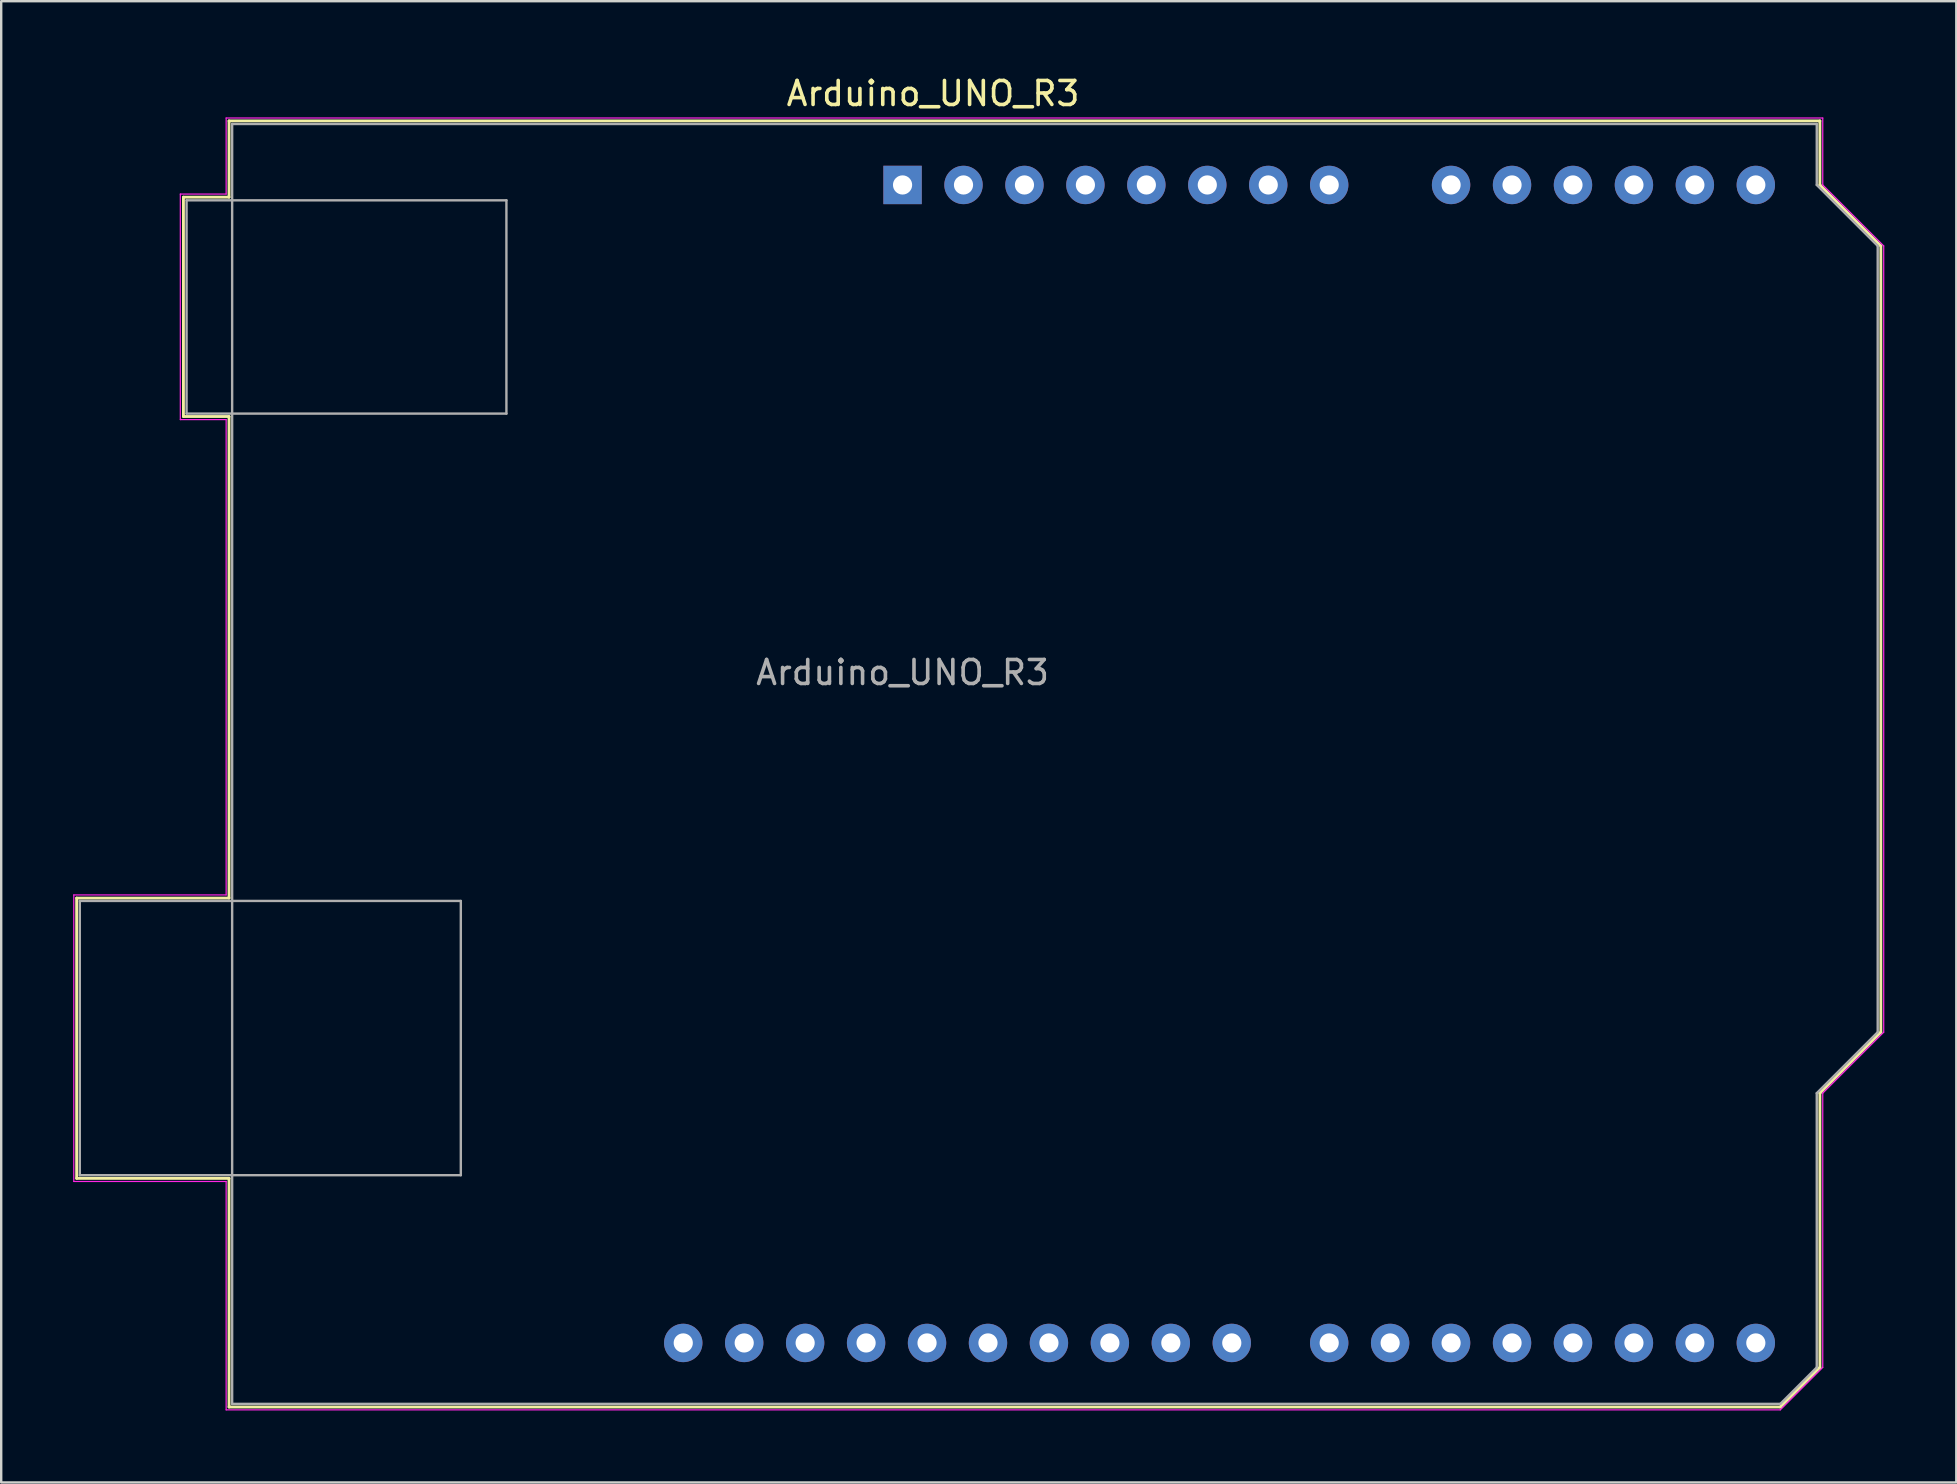
<source format=kicad_pcb>
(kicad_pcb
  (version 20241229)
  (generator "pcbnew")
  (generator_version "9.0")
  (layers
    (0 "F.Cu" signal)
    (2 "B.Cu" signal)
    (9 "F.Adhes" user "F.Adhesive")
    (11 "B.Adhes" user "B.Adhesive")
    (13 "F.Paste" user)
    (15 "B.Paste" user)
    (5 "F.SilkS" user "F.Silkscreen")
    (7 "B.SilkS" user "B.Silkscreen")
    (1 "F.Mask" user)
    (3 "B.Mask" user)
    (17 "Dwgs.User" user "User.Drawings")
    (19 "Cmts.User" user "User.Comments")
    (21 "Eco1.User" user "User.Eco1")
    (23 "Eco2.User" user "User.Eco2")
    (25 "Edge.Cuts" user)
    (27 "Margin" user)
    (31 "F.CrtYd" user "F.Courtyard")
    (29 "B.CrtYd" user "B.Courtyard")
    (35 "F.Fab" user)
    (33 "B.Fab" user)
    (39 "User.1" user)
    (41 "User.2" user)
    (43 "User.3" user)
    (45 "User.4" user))
  (footprint "Arduino_UNO_R3"
    (layer "F.Cu")
    (at 34.565 4.658)
    (property "Reference" "Arduino_UNO_R3" (at 1.27 -3.81 180) (layer "F.SilkS") (effects (font (size 1 1) (thickness 0.15))))
    (attr through_hole)
    (fp_line (start -34.42 29.72) (end -34.42 41.4) (stroke (width 0.12) (type solid)) (layer "F.SilkS"))
    (fp_line (start -34.42 41.4) (end -28.07 41.4) (stroke (width 0.12) (type solid)) (layer "F.SilkS"))
    (fp_line (start -29.97 0.51) (end -29.97 9.65) (stroke (width 0.12) (type solid)) (layer "F.SilkS"))
    (fp_line (start -29.97 9.65) (end -28.07 9.65) (stroke (width 0.12) (type solid)) (layer "F.SilkS"))
    (fp_line (start -28.07 -2.67) (end -28.07 0.51) (stroke (width 0.12) (type solid)) (layer "F.SilkS"))
    (fp_line (start -28.07 0.51) (end -29.97 0.51) (stroke (width 0.12) (type solid)) (layer "F.SilkS"))
    (fp_line (start -28.07 9.65) (end -28.07 29.72) (stroke (width 0.12) (type solid)) (layer "F.SilkS"))
    (fp_line (start -28.07 29.72) (end -34.42 29.72) (stroke (width 0.12) (type solid)) (layer "F.SilkS"))
    (fp_line (start -28.07 41.4) (end -28.07 50.93) (stroke (width 0.12) (type solid)) (layer "F.SilkS"))
    (fp_line (start -28.07 50.93) (end 36.58 50.93) (stroke (width 0.12) (type solid)) (layer "F.SilkS"))
    (fp_line (start 36.58 50.93) (end 38.23 49.28) (stroke (width 0.12) (type solid)) (layer "F.SilkS"))
    (fp_line (start 38.23 -2.67) (end -28.07 -2.67) (stroke (width 0.12) (type solid)) (layer "F.SilkS"))
    (fp_line (start 38.23 0) (end 38.23 -2.67) (stroke (width 0.12) (type solid)) (layer "F.SilkS"))
    (fp_line (start 38.23 37.85) (end 40.77 35.31) (stroke (width 0.12) (type solid)) (layer "F.SilkS"))
    (fp_line (start 38.23 49.28) (end 38.23 37.85) (stroke (width 0.12) (type solid)) (layer "F.SilkS"))
    (fp_line (start 40.77 2.54) (end 38.23 0) (stroke (width 0.12) (type solid)) (layer "F.SilkS"))
    (fp_line (start 40.77 35.31) (end 40.77 2.54) (stroke (width 0.12) (type solid)) (layer "F.SilkS"))
    (fp_line (start -34.54 29.59) (end -28.19 29.59) (stroke (width 0.05) (type solid)) (layer "F.CrtYd"))
    (fp_line (start -34.54 41.53) (end -34.54 29.59) (stroke (width 0.05) (type solid)) (layer "F.CrtYd"))
    (fp_line (start -30.1 0.38) (end -28.19 0.38) (stroke (width 0.05) (type solid)) (layer "F.CrtYd"))
    (fp_line (start -30.1 9.78) (end -30.1 0.38) (stroke (width 0.05) (type solid)) (layer "F.CrtYd"))
    (fp_line (start -28.19 -2.79) (end 38.35 -2.79) (stroke (width 0.05) (type solid)) (layer "F.CrtYd"))
    (fp_line (start -28.19 0.38) (end -28.19 -2.79) (stroke (width 0.05) (type solid)) (layer "F.CrtYd"))
    (fp_line (start -28.19 9.78) (end -30.1 9.78) (stroke (width 0.05) (type solid)) (layer "F.CrtYd"))
    (fp_line (start -28.19 29.59) (end -28.19 9.78) (stroke (width 0.05) (type solid)) (layer "F.CrtYd"))
    (fp_line (start -28.19 41.53) (end -34.54 41.53) (stroke (width 0.05) (type solid)) (layer "F.CrtYd"))
    (fp_line (start -28.19 51.05) (end -28.19 41.53) (stroke (width 0.05) (type solid)) (layer "F.CrtYd"))
    (fp_line (start 36.58 51.05) (end -28.19 51.05) (stroke (width 0.05) (type solid)) (layer "F.CrtYd"))
    (fp_line (start 38.35 -2.79) (end 38.35 0) (stroke (width 0.05) (type solid)) (layer "F.CrtYd"))
    (fp_line (start 38.35 0) (end 40.89 2.54) (stroke (width 0.05) (type solid)) (layer "F.CrtYd"))
    (fp_line (start 38.35 37.85) (end 38.35 49.28) (stroke (width 0.05) (type solid)) (layer "F.CrtYd"))
    (fp_line (start 38.35 49.28) (end 36.58 51.05) (stroke (width 0.05) (type solid)) (layer "F.CrtYd"))
    (fp_line (start 40.89 2.54) (end 40.89 35.31) (stroke (width 0.05) (type solid)) (layer "F.CrtYd"))
    (fp_line (start 40.89 35.31) (end 38.35 37.85) (stroke (width 0.05) (type solid)) (layer "F.CrtYd"))
    (fp_line (start -34.29 29.84) (end -18.41 29.84) (stroke (width 0.1) (type solid)) (layer "F.Fab"))
    (fp_line (start -34.29 41.27) (end -34.29 29.84) (stroke (width 0.1) (type solid)) (layer "F.Fab"))
    (fp_line (start -29.84 0.64) (end -16.51 0.64) (stroke (width 0.1) (type solid)) (layer "F.Fab"))
    (fp_line (start -29.84 9.53) (end -29.84 0.64) (stroke (width 0.1) (type solid)) (layer "F.Fab"))
    (fp_line (start -27.94 -2.54) (end 38.1 -2.54) (stroke (width 0.1) (type solid)) (layer "F.Fab"))
    (fp_line (start -27.94 50.8) (end -27.94 -2.54) (stroke (width 0.1) (type solid)) (layer "F.Fab"))
    (fp_line (start -18.41 29.84) (end -18.41 41.27) (stroke (width 0.1) (type solid)) (layer "F.Fab"))
    (fp_line (start -18.41 41.27) (end -34.29 41.27) (stroke (width 0.1) (type solid)) (layer "F.Fab"))
    (fp_line (start -16.51 0.64) (end -16.51 9.53) (stroke (width 0.1) (type solid)) (layer "F.Fab"))
    (fp_line (start -16.51 9.53) (end -29.84 9.53) (stroke (width 0.1) (type solid)) (layer "F.Fab"))
    (fp_line (start 36.58 50.8) (end -27.94 50.8) (stroke (width 0.1) (type solid)) (layer "F.Fab"))
    (fp_line (start 38.1 -2.54) (end 38.1 0) (stroke (width 0.1) (type solid)) (layer "F.Fab"))
    (fp_line (start 38.1 0) (end 40.64 2.54) (stroke (width 0.1) (type solid)) (layer "F.Fab"))
    (fp_line (start 38.1 37.85) (end 38.1 49.28) (stroke (width 0.1) (type solid)) (layer "F.Fab"))
    (fp_line (start 38.1 49.28) (end 36.58 50.8) (stroke (width 0.1) (type solid)) (layer "F.Fab"))
    (fp_line (start 40.64 2.54) (end 40.64 35.31) (stroke (width 0.1) (type solid)) (layer "F.Fab"))
    (fp_line (start 40.64 35.31) (end 38.1 37.85) (stroke (width 0.1) (type solid)) (layer "F.Fab"))
    (fp_text user "${REFERENCE}" (at 0 20.32 180) (layer "F.Fab") (effects (font (size 1 1) (thickness 0.15))))
    (pad "1" thru_hole rect (at 0 0 90) (size 1.6 1.6) (drill 0.8) (layers "*.Cu" "*.Mask"))
    (pad "2" thru_hole oval (at 2.54 0 90) (size 1.6 1.6) (drill 0.8) (layers "*.Cu" "*.Mask"))
    (pad "3" thru_hole oval (at 5.08 0 90) (size 1.6 1.6) (drill 0.8) (layers "*.Cu" "*.Mask"))
    (pad "4" thru_hole oval (at 7.62 0 90) (size 1.6 1.6) (drill 0.8) (layers "*.Cu" "*.Mask"))
    (pad "5" thru_hole oval (at 10.16 0 90) (size 1.6 1.6) (drill 0.8) (layers "*.Cu" "*.Mask"))
    (pad "6" thru_hole oval (at 12.7 0 90) (size 1.6 1.6) (drill 0.8) (layers "*.Cu" "*.Mask"))
    (pad "7" thru_hole oval (at 15.24 0 90) (size 1.6 1.6) (drill 0.8) (layers "*.Cu" "*.Mask"))
    (pad "8" thru_hole oval (at 17.78 0 90) (size 1.6 1.6) (drill 0.8) (layers "*.Cu" "*.Mask"))
    (pad "9" thru_hole oval (at 22.86 0 90) (size 1.6 1.6) (drill 0.8) (layers "*.Cu" "*.Mask"))
    (pad "10" thru_hole oval (at 25.4 0 90) (size 1.6 1.6) (drill 0.8) (layers "*.Cu" "*.Mask"))
    (pad "11" thru_hole oval (at 27.94 0 90) (size 1.6 1.6) (drill 0.8) (layers "*.Cu" "*.Mask"))
    (pad "12" thru_hole oval (at 30.48 0 90) (size 1.6 1.6) (drill 0.8) (layers "*.Cu" "*.Mask"))
    (pad "13" thru_hole oval (at 33.02 0 90) (size 1.6 1.6) (drill 0.8) (layers "*.Cu" "*.Mask"))
    (pad "14" thru_hole oval (at 35.56 0 90) (size 1.6 1.6) (drill 0.8) (layers "*.Cu" "*.Mask"))
    (pad "15" thru_hole oval (at 35.56 48.26 90) (size 1.6 1.6) (drill 0.8) (layers "*.Cu" "*.Mask"))
    (pad "16" thru_hole oval (at 33.02 48.26 90) (size 1.6 1.6) (drill 0.8) (layers "*.Cu" "*.Mask"))
    (pad "17" thru_hole oval (at 30.48 48.26 90) (size 1.6 1.6) (drill 0.8) (layers "*.Cu" "*.Mask"))
    (pad "18" thru_hole oval (at 27.94 48.26 90) (size 1.6 1.6) (drill 0.8) (layers "*.Cu" "*.Mask"))
    (pad "19" thru_hole oval (at 25.4 48.26 90) (size 1.6 1.6) (drill 0.8) (layers "*.Cu" "*.Mask"))
    (pad "20" thru_hole oval (at 22.86 48.26 90) (size 1.6 1.6) (drill 0.8) (layers "*.Cu" "*.Mask"))
    (pad "21" thru_hole oval (at 20.32 48.26 90) (size 1.6 1.6) (drill 0.8) (layers "*.Cu" "*.Mask"))
    (pad "22" thru_hole oval (at 17.78 48.26 90) (size 1.6 1.6) (drill 0.8) (layers "*.Cu" "*.Mask"))
    (pad "23" thru_hole oval (at 13.72 48.26 90) (size 1.6 1.6) (drill 0.8) (layers "*.Cu" "*.Mask"))
    (pad "24" thru_hole oval (at 11.18 48.26 90) (size 1.6 1.6) (drill 0.8) (layers "*.Cu" "*.Mask"))
    (pad "25" thru_hole oval (at 8.64 48.26 90) (size 1.6 1.6) (drill 0.8) (layers "*.Cu" "*.Mask"))
    (pad "26" thru_hole oval (at 6.1 48.26 90) (size 1.6 1.6) (drill 0.8) (layers "*.Cu" "*.Mask"))
    (pad "27" thru_hole oval (at 3.56 48.26 90) (size 1.6 1.6) (drill 0.8) (layers "*.Cu" "*.Mask"))
    (pad "28" thru_hole oval (at 1.02 48.26 90) (size 1.6 1.6) (drill 0.8) (layers "*.Cu" "*.Mask"))
    (pad "29" thru_hole oval (at -1.52 48.26 90) (size 1.6 1.6) (drill 0.8) (layers "*.Cu" "*.Mask"))
    (pad "30" thru_hole oval (at -4.06 48.26 90) (size 1.6 1.6) (drill 0.8) (layers "*.Cu" "*.Mask"))
    (pad "31" thru_hole oval (at -6.6 48.26 90) (size 1.6 1.6) (drill 0.8) (layers "*.Cu" "*.Mask"))
    (pad "32" thru_hole oval (at -9.14 48.26 90) (size 1.6 1.6) (drill 0.8) (layers "*.Cu" "*.Mask")))
  (gr_rect
    (start -3 -3)
    (end 78.48 58.733)
    (stroke (width 0.1) (type default))
    (fill no)
    (layer "Edge.Cuts")))
</source>
